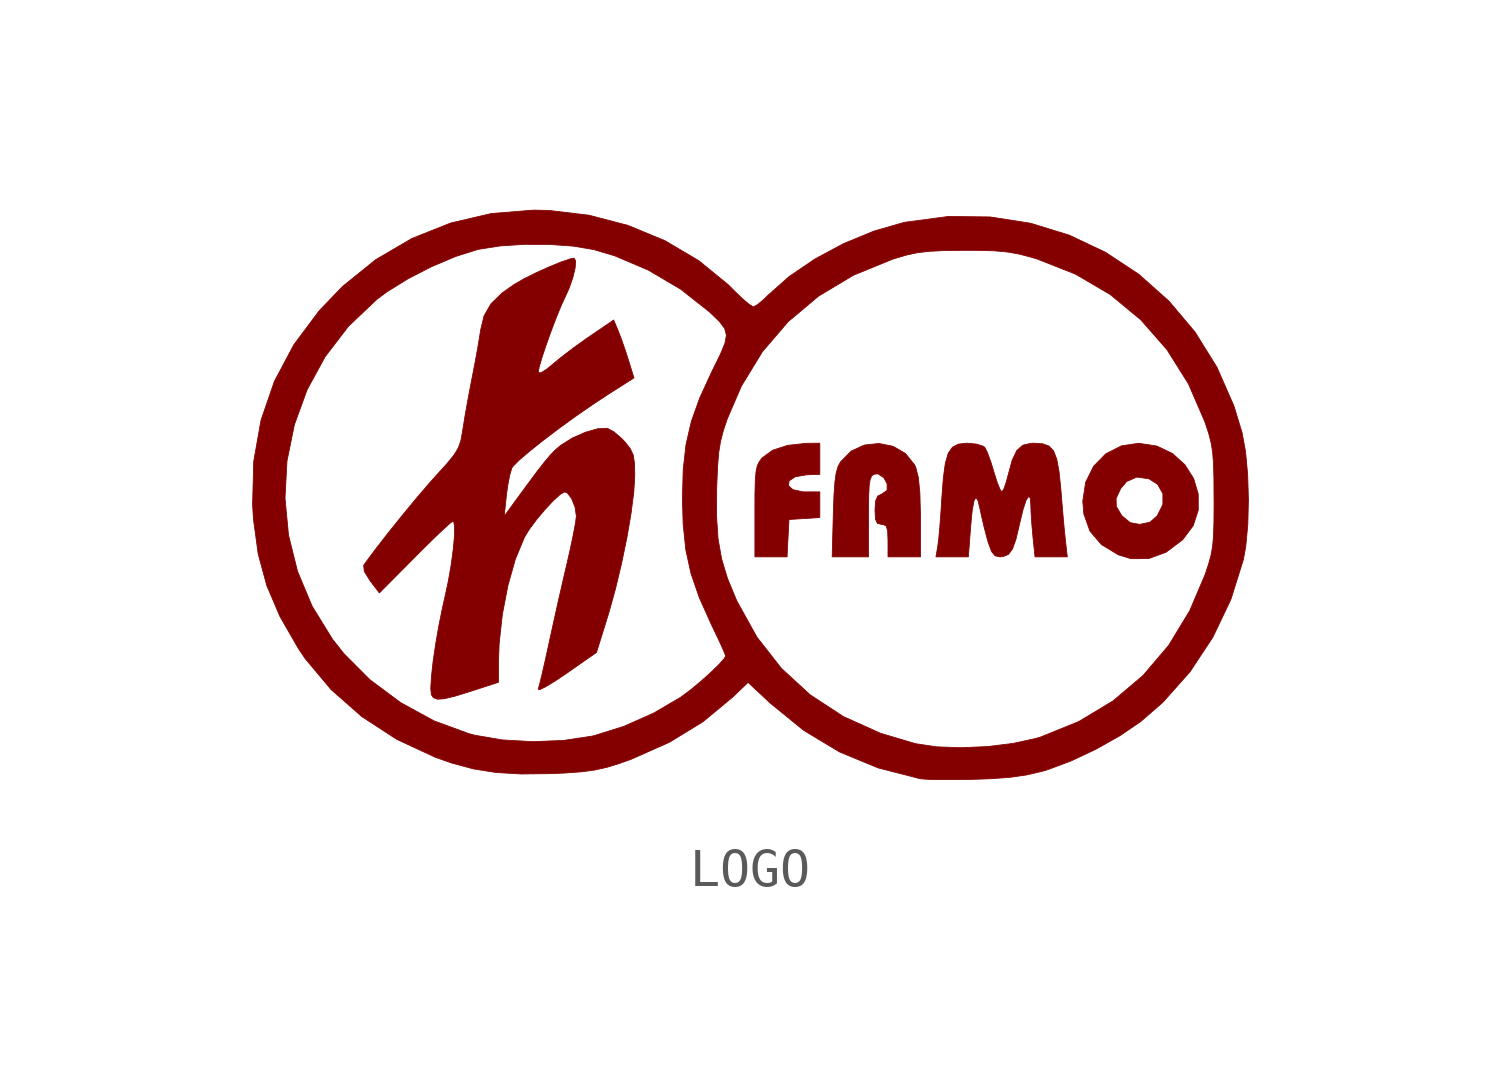
<source format=kicad_sym>
(kicad_symbol_lib
  (version 20220914)
  (generator kicad_symbol_editor)
  (symbol "LOGO"
    (pin_names
      (offset 1.016))
    (property "Reference" "#G"
      (at 0 6.9 0)
      (effects (font (size 1.27 1.27)) hide))
    (symbol "LOGO_0_0"
      (polyline (pts (xy 0.948 -1.122) (xy 0.974 -0.635) (xy 1.376 -0.609) (xy 1.778 -0.583) (xy 1.778 -0.249) (xy 1.778 0.085) (xy 1.406 0.085) (xy 1.334 0.087) (xy 1.076 0.143) (xy 0.957 0.249) (xy 0.977 0.373) (xy 1.134 0.478) (xy 1.426 0.53) (xy 1.778 0.544) (xy 1.778 0.949) (xy 1.778 1.355) (xy 1.46 1.353) (xy 1.427 1.352) (xy 0.941 1.3) (xy 0.545 1.171) (xy 0.275 0.973) (xy 0.2 0.876) (xy 0.147 0.765) (xy 0.114 0.611) (xy 0.095 0.381) (xy 0.086 0.045) (xy 0.085 -0.428) (xy 0.085 -1.609) (xy 0.504 -1.609) (xy 0.923 -1.609) (xy 0.948 -1.122)) (stroke (width 0.01) (type default)) (fill (type outline)))
      (polyline (pts (xy 10.352 -1.655) (xy 10.807 -1.489) (xy 11.241 -1.163) (xy 11.242 -1.162) (xy 11.517 -0.794) (xy 11.648 -0.388) (xy 11.647 0.03) (xy 11.527 0.433) (xy 11.299 0.793) (xy 10.976 1.085) (xy 10.57 1.28) (xy 10.093 1.353) (xy 9.647 1.287) (xy 9.238 1.08) (xy 8.918 0.754) (xy 8.71 0.334) (xy 8.647 -0.086) (xy 9.505 -0.086) (xy 9.625 0.172) (xy 9.779 0.356) (xy 10.046 0.472) (xy 10.361 0.427) (xy 10.586 0.284) (xy 10.725 0.042) (xy 10.725 -0.245) (xy 10.577 -0.539) (xy 10.39 -0.705) (xy 10.118 -0.762) (xy 9.871 -0.717) (xy 9.658 -0.539) (xy 9.643 -0.519) (xy 9.51 -0.294) (xy 9.505 -0.086) (xy 8.647 -0.086) (xy 8.636 -0.16) (xy 8.664 -0.491) (xy 8.822 -0.936) (xy 9.123 -1.291) (xy 9.568 -1.558) (xy 9.889 -1.656) (xy 10.352 -1.655)) (stroke (width 0.01) (type default)) (fill (type outline)))
      (polyline (pts (xy 3.048 -0.559) (xy 3.048 -0.44) (xy 3.052 -0.032) (xy 3.065 0.243) (xy 3.091 0.411) (xy 3.132 0.503) (xy 3.194 0.546) (xy 3.293 0.557) (xy 3.448 0.454) (xy 3.533 0.299) (xy 3.532 0.125) (xy 3.387 0.025) (xy 3.293 -0.021) (xy 3.233 -0.146) (xy 3.217 -0.391) (xy 3.217 -0.401) (xy 3.23 -0.63) (xy 3.28 -0.736) (xy 3.387 -0.762) (xy 3.426 -0.764) (xy 3.509 -0.805) (xy 3.547 -0.931) (xy 3.556 -1.185) (xy 3.556 -1.609) (xy 3.979 -1.609) (xy 4.403 -1.609) (xy 4.403 -0.59) (xy 4.402 -0.488) (xy 4.387 0.065) (xy 4.347 0.464) (xy 4.281 0.721) (xy 4.248 0.791) (xy 4.012 1.086) (xy 3.691 1.273) (xy 3.321 1.348) (xy 2.944 1.308) (xy 2.598 1.151) (xy 2.321 0.872) (xy 2.255 0.751) (xy 2.205 0.583) (xy 2.171 0.342) (xy 2.147 -0.004) (xy 2.13 -0.487) (xy 2.1 -1.609) (xy 2.574 -1.609) (xy 3.048 -1.609) (xy 3.048 -0.559)) (stroke (width 0.01) (type default)) (fill (type outline)))
      (polyline (pts (xy 5.713 -0.804) (xy 5.753 -0.393) (xy 5.799 -0.144) (xy 5.85 -0.062) (xy 5.906 -0.148) (xy 5.965 -0.401) (xy 5.99 -0.523) (xy 6.064 -0.84) (xy 6.15 -1.164) (xy 6.176 -1.251) (xy 6.26 -1.475) (xy 6.349 -1.582) (xy 6.473 -1.609) (xy 6.558 -1.603) (xy 6.696 -1.546) (xy 6.802 -1.404) (xy 6.893 -1.151) (xy 6.986 -0.757) (xy 6.991 -0.735) (xy 7.078 -0.375) (xy 7.157 -0.137) (xy 7.222 -0.033) (xy 7.265 -0.072) (xy 7.281 -0.267) (xy 7.286 -0.432) (xy 7.306 -0.75) (xy 7.336 -1.088) (xy 7.39 -1.609) (xy 7.811 -1.609) (xy 8.232 -1.609) (xy 8.182 -1.164) (xy 8.152 -0.871) (xy 8.116 -0.475) (xy 8.084 -0.085) (xy 8.066 0.137) (xy 8.018 0.606) (xy 7.958 0.937) (xy 7.874 1.155) (xy 7.754 1.281) (xy 7.588 1.34) (xy 7.362 1.355) (xy 7.287 1.353) (xy 7.073 1.303) (xy 6.918 1.168) (xy 6.797 0.919) (xy 6.69 0.529) (xy 6.644 0.353) (xy 6.577 0.16) (xy 6.525 0.085) (xy 6.476 0.152) (xy 6.4 0.342) (xy 6.316 0.612) (xy 6.237 0.87) (xy 6.148 1.113) (xy 6.08 1.247) (xy 6.047 1.273) (xy 5.869 1.331) (xy 5.622 1.355) (xy 5.601 1.355) (xy 5.392 1.331) (xy 5.237 1.251) (xy 5.127 1.092) (xy 5.051 0.832) (xy 4.999 0.447) (xy 4.959 -0.085) (xy 4.937 -0.428) (xy 4.908 -0.82) (xy 4.879 -1.138) (xy 4.854 -1.333) (xy 4.807 -1.609) (xy 5.23 -1.609) (xy 5.652 -1.609) (xy 5.713 -0.804)) (stroke (width 0.01) (type default)) (fill (type outline)))
      (polyline (pts (xy -8.01 -5.309) (xy -7.722 -5.238) (xy -7.303 -5.108) (xy -6.604 -4.881) (xy -6.604 -4.407) (xy -6.586 -3.88) (xy -6.501 -3.107) (xy -6.356 -2.354) (xy -6.162 -1.669) (xy -5.927 -1.102) (xy -5.803 -0.898) (xy -5.611 -0.639) (xy -5.39 -0.376) (xy -5.173 -0.144) (xy -4.99 0.022) (xy -4.874 0.085) (xy -4.808 0.058) (xy -4.695 -0.088) (xy -4.607 -0.309) (xy -4.572 -0.548) (xy -4.572 -0.552) (xy -4.593 -0.717) (xy -4.646 -1.005) (xy -4.724 -1.377) (xy -4.818 -1.793) (xy -4.897 -2.13) (xy -5.034 -2.727) (xy -5.171 -3.34) (xy -5.289 -3.879) (xy -5.294 -3.904) (xy -5.384 -4.312) (xy -5.465 -4.665) (xy -5.529 -4.927) (xy -5.566 -5.061) (xy -5.527 -5.072) (xy -5.376 -4.999) (xy -5.136 -4.854) (xy -4.833 -4.651) (xy -4.046 -4.101) (xy -3.757 -3.172) (xy -3.725 -3.07) (xy -3.551 -2.442) (xy -3.391 -1.772) (xy -3.252 -1.1) (xy -3.144 -0.468) (xy -3.073 0.085) (xy -3.048 0.518) (xy -3.055 0.833) (xy -3.089 1.049) (xy -3.168 1.216) (xy -3.311 1.395) (xy -3.39 1.478) (xy -3.592 1.651) (xy -3.756 1.74) (xy -3.776 1.744) (xy -4.019 1.731) (xy -4.336 1.64) (xy -4.672 1.492) (xy -4.97 1.306) (xy -5.011 1.273) (xy -5.127 1.173) (xy -5.249 1.047) (xy -5.397 0.872) (xy -5.589 0.626) (xy -5.842 0.286) (xy -6.176 -0.169) (xy -6.453 -0.55) (xy -6.397 -0.014) (xy -6.363 0.243) (xy -6.309 0.525) (xy -6.255 0.706) (xy -6.219 0.757) (xy -6.054 0.922) (xy -5.784 1.152) (xy -5.435 1.43) (xy -5.03 1.737) (xy -4.594 2.053) (xy -4.151 2.36) (xy -3.726 2.64) (xy -3.069 3.058) (xy -3.219 3.54) (xy -3.284 3.744) (xy -3.393 4.058) (xy -3.484 4.295) (xy -3.598 4.568) (xy -4.233 4.135) (xy -4.321 4.075) (xy -4.659 3.832) (xy -4.972 3.593) (xy -5.202 3.403) (xy -5.338 3.29) (xy -5.493 3.193) (xy -5.565 3.191) (xy -5.566 3.201) (xy -5.541 3.343) (xy -5.466 3.595) (xy -5.357 3.923) (xy -5.227 4.286) (xy -5.088 4.649) (xy -4.955 4.972) (xy -4.841 5.219) (xy -4.759 5.399) (xy -4.663 5.675) (xy -4.603 5.927) (xy -4.589 6.11) (xy -4.631 6.181) (xy -4.737 6.16) (xy -4.979 6.078) (xy -5.29 5.95) (xy -5.626 5.798) (xy -5.942 5.64) (xy -6.191 5.497) (xy -6.503 5.277) (xy -6.799 4.989) (xy -6.979 4.676) (xy -7.07 4.3) (xy -7.084 4.204) (xy -7.139 3.868) (xy -7.213 3.46) (xy -7.293 3.048) (xy -7.321 2.906) (xy -7.404 2.468) (xy -7.479 2.045) (xy -7.532 1.714) (xy -7.541 1.652) (xy -7.584 1.421) (xy -7.649 1.234) (xy -7.759 1.052) (xy -7.939 0.83) (xy -8.213 0.528) (xy -8.38 0.342) (xy -8.725 -0.059) (xy -9.108 -0.523) (xy -9.492 -1.001) (xy -9.839 -1.448) (xy -10.11 -1.815) (xy -10.119 -1.832) (xy -10.102 -1.99) (xy -9.948 -2.237) (xy -9.709 -2.55) (xy -8.78 -1.614) (xy -8.594 -1.427) (xy -8.292 -1.13) (xy -8.042 -0.892) (xy -7.868 -0.735) (xy -7.79 -0.677) (xy -7.771 -0.69) (xy -7.747 -0.825) (xy -7.752 -1.08) (xy -7.784 -1.424) (xy -7.838 -1.825) (xy -7.912 -2.25) (xy -8.002 -2.667) (xy -8.058 -2.914) (xy -8.157 -3.4) (xy -8.242 -3.889) (xy -8.309 -4.348) (xy -8.352 -4.742) (xy -8.369 -5.038) (xy -8.353 -5.203) (xy -8.301 -5.282) (xy -8.194 -5.322) (xy -8.01 -5.309)) (stroke (width 0.01) (type default)) (fill (type outline)))
      (polyline (pts (xy 5.757 -7.412) (xy 6.232 -7.396) (xy 6.744 -7.359) (xy 7.176 -7.296) (xy 7.578 -7.202) (xy 7.721 -7.16) (xy 8.333 -6.931) (xy 8.984 -6.624) (xy 9.61 -6.271) (xy 10.145 -5.905) (xy 10.724 -5.404) (xy 11.433 -4.606) (xy 12.029 -3.704) (xy 12.498 -2.721) (xy 12.824 -1.682) (xy 12.887 -1.335) (xy 12.94 -0.758) (xy 12.956 -0.116) (xy 12.936 0.535) (xy 12.881 1.135) (xy 12.79 1.629) (xy 12.579 2.324) (xy 12.135 3.336) (xy 11.566 4.251) (xy 10.883 5.061) (xy 10.1 5.758) (xy 9.229 6.334) (xy 8.284 6.781) (xy 7.277 7.091) (xy 6.22 7.256) (xy 5.127 7.268) (xy 4.01 7.12) (xy 3.96 7.109) (xy 3.189 6.887) (xy 2.404 6.563) (xy 1.652 6.16) (xy 0.978 5.702) (xy 0.428 5.215) (xy 0.324 5.112) (xy 0.152 4.968) (xy 0.045 4.911) (xy 0.041 4.911) (xy -0.066 4.976) (xy -0.248 5.131) (xy -0.468 5.345) (xy -0.612 5.489) (xy -1.381 6.117) (xy -2.26 6.636) (xy -3.221 7.034) (xy -4.24 7.301) (xy -5.292 7.426) (xy -5.683 7.434) (xy -6.785 7.346) (xy -7.849 7.098) (xy -8.862 6.694) (xy -9.807 6.14) (xy -10.67 5.443) (xy -11.277 4.811) (xy -11.941 3.921) (xy -12.447 2.968) (xy -12.796 1.954) (xy -12.986 0.882) (xy -13.011 -0.076) (xy -12.17 -0.076) (xy -12.119 0.888) (xy -11.926 1.836) (xy -11.594 2.749) (xy -11.124 3.61) (xy -10.518 4.401) (xy -9.777 5.105) (xy -9.516 5.3) (xy -8.964 5.642) (xy -8.344 5.961) (xy -7.72 6.225) (xy -7.154 6.403) (xy -7.107 6.414) (xy -6.565 6.499) (xy -5.931 6.541) (xy -5.271 6.539) (xy -4.646 6.494) (xy -4.122 6.405) (xy -3.575 6.244) (xy -2.691 5.867) (xy -1.854 5.373) (xy -1.116 4.792) (xy -1.056 4.736) (xy -0.836 4.523) (xy -0.704 4.348) (xy -0.658 4.174) (xy -0.696 3.962) (xy -0.815 3.675) (xy -1.012 3.275) (xy -1.041 3.216) (xy -1.354 2.535) (xy -1.573 1.922) (xy -1.712 1.319) (xy -1.785 0.67) (xy -1.805 -0.085) (xy -1.793 -0.54) (xy -0.916 -0.54) (xy -0.912 0.169) (xy -0.909 0.264) (xy -0.889 0.74) (xy -0.86 1.103) (xy -0.812 1.4) (xy -0.74 1.679) (xy -0.636 1.99) (xy -0.268 2.844) (xy 0.281 3.742) (xy 0.954 4.526) (xy 1.747 5.192) (xy 2.654 5.735) (xy 3.672 6.152) (xy 3.741 6.174) (xy 4.044 6.263) (xy 4.324 6.323) (xy 4.628 6.359) (xy 5.005 6.378) (xy 5.503 6.385) (xy 5.925 6.384) (xy 6.344 6.371) (xy 6.682 6.34) (xy 6.986 6.285) (xy 7.306 6.201) (xy 7.445 6.159) (xy 8.448 5.763) (xy 9.352 5.232) (xy 10.149 4.573) (xy 10.832 3.794) (xy 11.392 2.902) (xy 11.823 1.905) (xy 11.835 1.868) (xy 11.923 1.599) (xy 11.984 1.361) (xy 12.023 1.114) (xy 12.046 0.817) (xy 12.056 0.431) (xy 12.059 -0.085) (xy 12.06 -0.201) (xy 12.057 -0.684) (xy 12.046 -1.046) (xy 12.023 -1.327) (xy 11.981 -1.565) (xy 11.916 -1.801) (xy 11.825 -2.074) (xy 11.426 -3.013) (xy 10.876 -3.917) (xy 10.207 -4.704) (xy 9.423 -5.367) (xy 8.531 -5.904) (xy 7.535 -6.308) (xy 7.412 -6.345) (xy 6.815 -6.475) (xy 6.145 -6.557) (xy 5.46 -6.587) (xy 4.817 -6.563) (xy 4.276 -6.482) (xy 3.366 -6.212) (xy 2.392 -5.774) (xy 1.527 -5.208) (xy 0.775 -4.517) (xy 0.137 -3.702) (xy -0.383 -2.765) (xy -0.406 -2.715) (xy -0.63 -2.172) (xy -0.784 -1.661) (xy -0.877 -1.134) (xy -0.916 -0.54) (xy -1.793 -0.54) (xy -1.787 -0.75) (xy -1.717 -1.427) (xy -1.581 -2.048) (xy -1.365 -2.673) (xy -1.056 -3.362) (xy -0.944 -3.596) (xy -0.806 -3.889) (xy -0.712 -4.101) (xy -0.677 -4.195) (xy -0.717 -4.265) (xy -0.86 -4.424) (xy -1.076 -4.633) (xy -1.332 -4.862) (xy -1.594 -5.08) (xy -1.831 -5.256) (xy -1.853 -5.272) (xy -2.554 -5.683) (xy -3.329 -6.028) (xy -4.095 -6.268) (xy -4.166 -6.285) (xy -4.9 -6.396) (xy -5.701 -6.429) (xy -6.496 -6.384) (xy -7.214 -6.262) (xy -7.38 -6.218) (xy -8.285 -5.886) (xy -9.154 -5.411) (xy -9.951 -4.818) (xy -10.639 -4.128) (xy -10.934 -3.754) (xy -11.463 -2.896) (xy -11.844 -1.986) (xy -12.079 -1.04) (xy -12.17 -0.076) (xy -13.011 -0.076) (xy -13.016 -0.244) (xy -12.993 -0.627) (xy -12.87 -1.531) (xy -12.644 -2.362) (xy -12.3 -3.168) (xy -11.82 -4.002) (xy -11.637 -4.272) (xy -10.964 -5.074) (xy -10.164 -5.778) (xy -9.255 -6.369) (xy -8.253 -6.835) (xy -7.825 -6.986) (xy -7.249 -7.141) (xy -6.66 -7.234) (xy -6.007 -7.272) (xy -5.24 -7.263) (xy -4.877 -7.247) (xy -4.439 -7.216) (xy -4.087 -7.168) (xy -3.773 -7.098) (xy -3.446 -6.997) (xy -3.144 -6.889) (xy -2.146 -6.446) (xy -1.268 -5.909) (xy -0.491 -5.264) (xy -0.093 -4.883) (xy 0.457 -5.398) (xy 0.485 -5.424) (xy 1.362 -6.138) (xy 2.293 -6.698) (xy 3.3 -7.114) (xy 4.403 -7.397) (xy 4.421 -7.399) (xy 4.609 -7.412) (xy 4.92 -7.418) (xy 5.316 -7.418) (xy 5.757 -7.412)) (stroke (width 0.01) (type default)) (fill (type outline))))))
</source>
